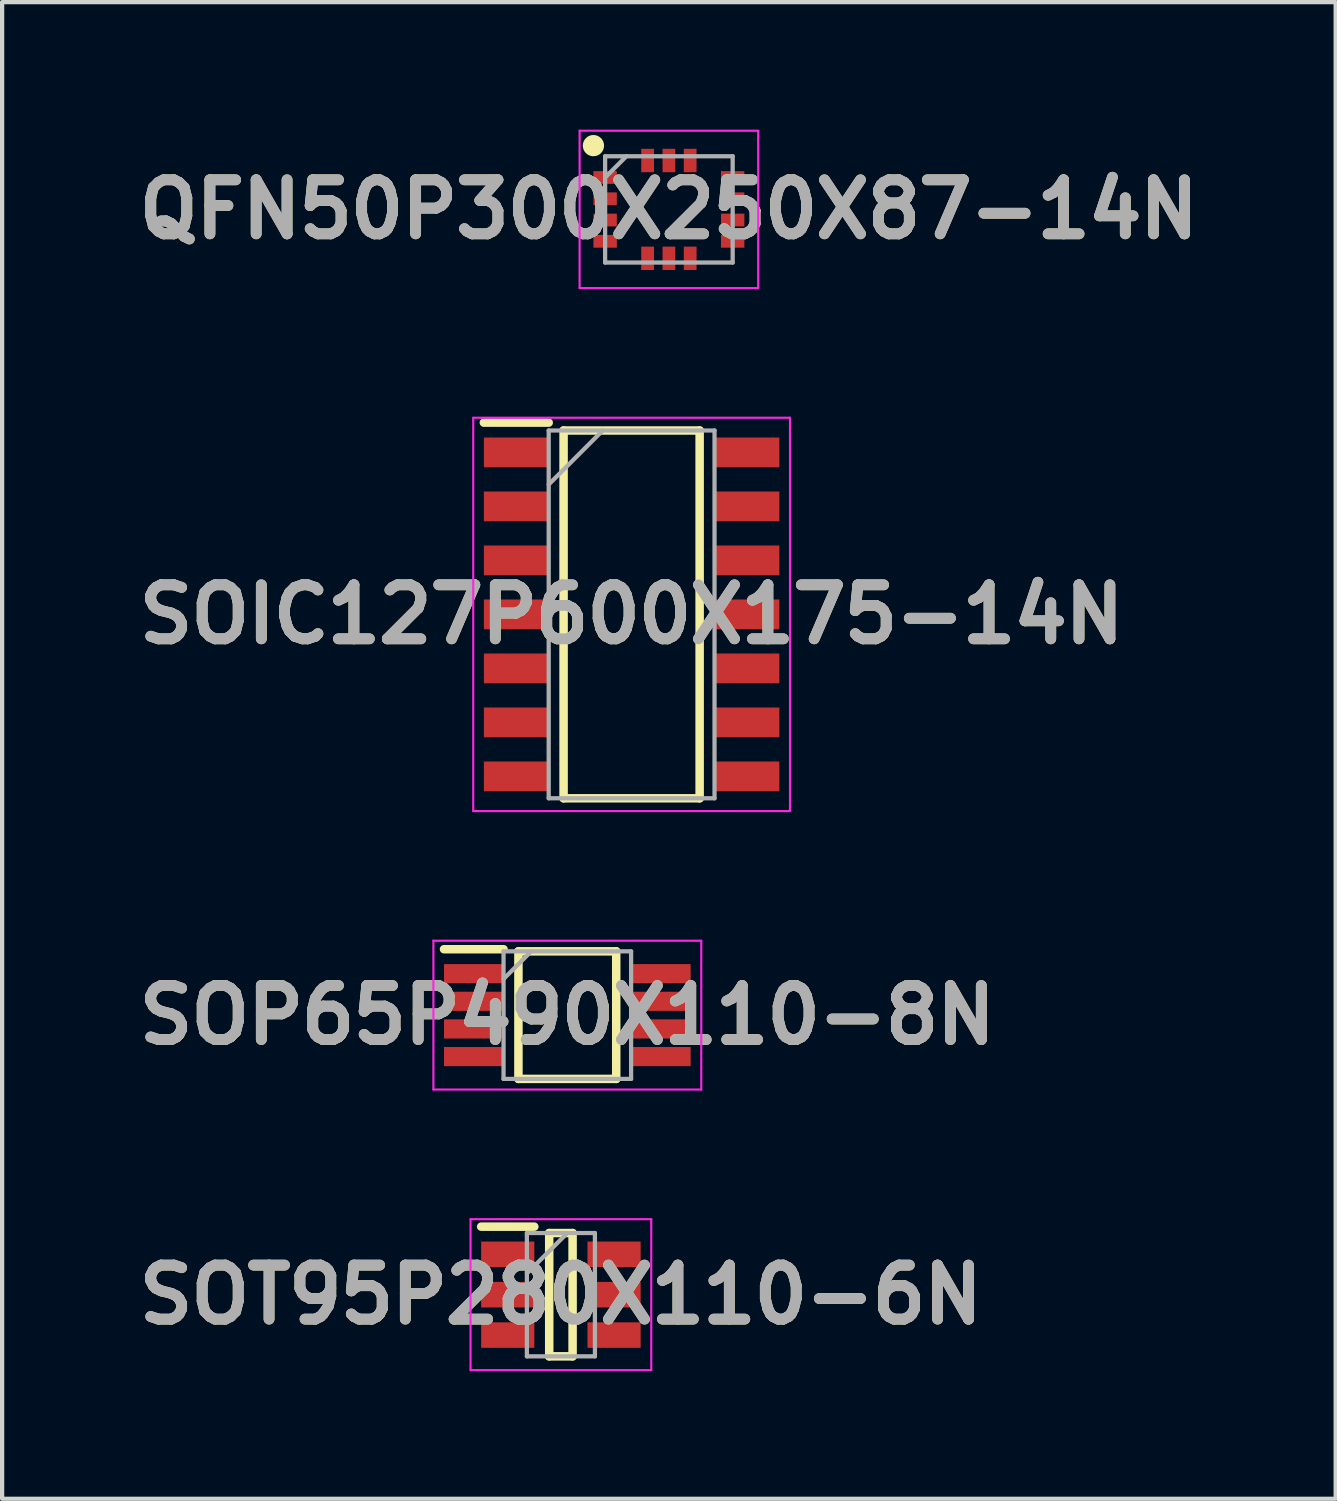
<source format=kicad_pcb>
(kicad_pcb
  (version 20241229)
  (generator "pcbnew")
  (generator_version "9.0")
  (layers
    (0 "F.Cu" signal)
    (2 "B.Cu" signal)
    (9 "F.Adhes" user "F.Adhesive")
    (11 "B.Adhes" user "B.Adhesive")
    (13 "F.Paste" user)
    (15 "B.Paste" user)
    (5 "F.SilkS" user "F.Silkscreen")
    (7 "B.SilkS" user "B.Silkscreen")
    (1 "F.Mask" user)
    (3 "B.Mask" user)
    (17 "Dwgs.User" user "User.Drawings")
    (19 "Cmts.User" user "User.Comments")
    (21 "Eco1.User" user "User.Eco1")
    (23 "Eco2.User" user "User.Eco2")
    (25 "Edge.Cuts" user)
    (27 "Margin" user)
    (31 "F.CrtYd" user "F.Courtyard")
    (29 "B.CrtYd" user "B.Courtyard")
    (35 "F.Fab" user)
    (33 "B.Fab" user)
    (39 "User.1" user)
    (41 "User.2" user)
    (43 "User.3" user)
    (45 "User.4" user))
  (footprint "SOT95P280X110-6N"
    (layer "F.Cu")
    (at 10.142 27.4)
    (property "Reference" "SOT95P280X110-6N" (at 0 0 0) (layer "F.SilkS") (effects (font (size 1.27 1.27) (thickness 0.254))))
    (attr smd)
    (fp_line (start -1.875 -1.6) (end -0.625 -1.6) (stroke (width 0.2) (type solid)) (layer "F.SilkS"))
    (fp_line (start -0.275 -1.45) (end 0.275 -1.45) (stroke (width 0.2) (type solid)) (layer "F.SilkS"))
    (fp_line (start -0.275 1.45) (end -0.275 -1.45) (stroke (width 0.2) (type solid)) (layer "F.SilkS"))
    (fp_line (start 0.275 -1.45) (end 0.275 1.45) (stroke (width 0.2) (type solid)) (layer "F.SilkS"))
    (fp_line (start 0.275 1.45) (end -0.275 1.45) (stroke (width 0.2) (type solid)) (layer "F.SilkS"))
    (fp_line (start -2.125 -1.775) (end 2.125 -1.775) (stroke (width 0.05) (type solid)) (layer "F.CrtYd"))
    (fp_line (start -2.125 1.775) (end -2.125 -1.775) (stroke (width 0.05) (type solid)) (layer "F.CrtYd"))
    (fp_line (start 2.125 -1.775) (end 2.125 1.775) (stroke (width 0.05) (type solid)) (layer "F.CrtYd"))
    (fp_line (start 2.125 1.775) (end -2.125 1.775) (stroke (width 0.05) (type solid)) (layer "F.CrtYd"))
    (fp_line (start -0.8 -1.45) (end 0.8 -1.45) (stroke (width 0.1) (type solid)) (layer "F.Fab"))
    (fp_line (start -0.8 -0.5) (end 0.15 -1.45) (stroke (width 0.1) (type solid)) (layer "F.Fab"))
    (fp_line (start -0.8 1.45) (end -0.8 -1.45) (stroke (width 0.1) (type solid)) (layer "F.Fab"))
    (fp_line (start 0.8 -1.45) (end 0.8 1.45) (stroke (width 0.1) (type solid)) (layer "F.Fab"))
    (fp_line (start 0.8 1.45) (end -0.8 1.45) (stroke (width 0.1) (type solid)) (layer "F.Fab"))
    (fp_text user "${REFERENCE}" (at 0 0 0) (layer "F.Fab") (effects (font (size 1.27 1.27) (thickness 0.254))))
    (pad "1" smd rect (at -1.25 -0.95 90) (size 0.6 1.25) (layers "F.Cu" "F.Mask" "F.Paste"))
    (pad "2" smd rect (at -1.25 0 90) (size 0.6 1.25) (layers "F.Cu" "F.Mask" "F.Paste"))
    (pad "3" smd rect (at -1.25 0.95 90) (size 0.6 1.25) (layers "F.Cu" "F.Mask" "F.Paste"))
    (pad "4" smd rect (at 1.25 0.95 90) (size 0.6 1.25) (layers "F.Cu" "F.Mask" "F.Paste"))
    (pad "5" smd rect (at 1.25 0 90) (size 0.6 1.25) (layers "F.Cu" "F.Mask" "F.Paste"))
    (pad "6" smd rect (at 1.25 -0.95 90) (size 0.6 1.25) (layers "F.Cu" "F.Mask" "F.Paste")))
  (footprint "QFN50P300X250X87-14N"
    (layer "F.Cu")
    (at 12.682 1.875)
    (property "Reference" "QFN50P300X250X87-14N" (at 0 0 0) (layer "F.SilkS") (effects (font (size 1.27 1.27) (thickness 0.254))))
    (attr smd)
    (fp_circle (center -1.775 -1.5) (end -1.775 -1.375) (stroke (width 0.25) (type solid)) (fill no) (layer "F.SilkS"))
    (fp_line (start -2.1 -1.85) (end 2.1 -1.85) (stroke (width 0.05) (type solid)) (layer "F.CrtYd"))
    (fp_line (start -2.1 1.85) (end -2.1 -1.85) (stroke (width 0.05) (type solid)) (layer "F.CrtYd"))
    (fp_line (start 2.1 -1.85) (end 2.1 1.85) (stroke (width 0.05) (type solid)) (layer "F.CrtYd"))
    (fp_line (start 2.1 1.85) (end -2.1 1.85) (stroke (width 0.05) (type solid)) (layer "F.CrtYd"))
    (fp_line (start -1.5 -1.25) (end 1.5 -1.25) (stroke (width 0.1) (type solid)) (layer "F.Fab"))
    (fp_line (start -1.5 -0.75) (end -1 -1.25) (stroke (width 0.1) (type solid)) (layer "F.Fab"))
    (fp_line (start -1.5 1.25) (end -1.5 -1.25) (stroke (width 0.1) (type solid)) (layer "F.Fab"))
    (fp_line (start 1.5 -1.25) (end 1.5 1.25) (stroke (width 0.1) (type solid)) (layer "F.Fab"))
    (fp_line (start 1.5 1.25) (end -1.5 1.25) (stroke (width 0.1) (type solid)) (layer "F.Fab"))
    (fp_text user "${REFERENCE}" (at 0 0 0) (layer "F.Fab") (effects (font (size 1.27 1.27) (thickness 0.254))))
    (pad "1" smd rect (at -1.5 -0.75 90) (size 0.3 0.55) (layers "F.Cu" "F.Mask" "F.Paste"))
    (pad "2" smd rect (at -1.5 -0.25 90) (size 0.3 0.55) (layers "F.Cu" "F.Mask" "F.Paste"))
    (pad "3" smd rect (at -1.5 0.25 90) (size 0.3 0.55) (layers "F.Cu" "F.Mask" "F.Paste"))
    (pad "4" smd rect (at -1.5 0.75 90) (size 0.3 0.55) (layers "F.Cu" "F.Mask" "F.Paste"))
    (pad "5" smd rect (at -0.5 1.15) (size 0.3 0.55) (layers "F.Cu" "F.Mask" "F.Paste"))
    (pad "6" smd rect (at 0 1.15) (size 0.3 0.55) (layers "F.Cu" "F.Mask" "F.Paste"))
    (pad "7" smd rect (at 0.5 1.15) (size 0.3 0.55) (layers "F.Cu" "F.Mask" "F.Paste"))
    (pad "8" smd rect (at 1.5 0.75 90) (size 0.3 0.55) (layers "F.Cu" "F.Mask" "F.Paste"))
    (pad "9" smd rect (at 1.5 0.25 90) (size 0.3 0.55) (layers "F.Cu" "F.Mask" "F.Paste"))
    (pad "10" smd rect (at 1.5 -0.25 90) (size 0.3 0.55) (layers "F.Cu" "F.Mask" "F.Paste"))
    (pad "11" smd rect (at 1.5 -0.75 90) (size 0.3 0.55) (layers "F.Cu" "F.Mask" "F.Paste"))
    (pad "12" smd rect (at 0.5 -1.15) (size 0.3 0.55) (layers "F.Cu" "F.Mask" "F.Paste"))
    (pad "13" smd rect (at 0 -1.15) (size 0.3 0.55) (layers "F.Cu" "F.Mask" "F.Paste"))
    (pad "14" smd rect (at -0.5 -1.15) (size 0.3 0.55) (layers "F.Cu" "F.Mask" "F.Paste")))
  (footprint "SOP65P490X110-8N"
    (layer "F.Cu")
    (at 10.293 20.825)
    (property "Reference" "SOP65P490X110-8N" (at 0 0 0) (layer "F.SilkS") (effects (font (size 1.27 1.27) (thickness 0.254))))
    (attr smd)
    (fp_line (start -2.9 -1.55) (end -1.5 -1.55) (stroke (width 0.2) (type solid)) (layer "F.SilkS"))
    (fp_line (start -1.15 -1.5) (end 1.15 -1.5) (stroke (width 0.2) (type solid)) (layer "F.SilkS"))
    (fp_line (start -1.15 1.5) (end -1.15 -1.5) (stroke (width 0.2) (type solid)) (layer "F.SilkS"))
    (fp_line (start 1.15 -1.5) (end 1.15 1.5) (stroke (width 0.2) (type solid)) (layer "F.SilkS"))
    (fp_line (start 1.15 1.5) (end -1.15 1.5) (stroke (width 0.2) (type solid)) (layer "F.SilkS"))
    (fp_line (start -3.15 -1.75) (end 3.15 -1.75) (stroke (width 0.05) (type solid)) (layer "F.CrtYd"))
    (fp_line (start -3.15 1.75) (end -3.15 -1.75) (stroke (width 0.05) (type solid)) (layer "F.CrtYd"))
    (fp_line (start 3.15 -1.75) (end 3.15 1.75) (stroke (width 0.05) (type solid)) (layer "F.CrtYd"))
    (fp_line (start 3.15 1.75) (end -3.15 1.75) (stroke (width 0.05) (type solid)) (layer "F.CrtYd"))
    (fp_line (start -1.5 -1.5) (end 1.5 -1.5) (stroke (width 0.1) (type solid)) (layer "F.Fab"))
    (fp_line (start -1.5 -0.85) (end -0.85 -1.5) (stroke (width 0.1) (type solid)) (layer "F.Fab"))
    (fp_line (start -1.5 1.5) (end -1.5 -1.5) (stroke (width 0.1) (type solid)) (layer "F.Fab"))
    (fp_line (start 1.5 -1.5) (end 1.5 1.5) (stroke (width 0.1) (type solid)) (layer "F.Fab"))
    (fp_line (start 1.5 1.5) (end -1.5 1.5) (stroke (width 0.1) (type solid)) (layer "F.Fab"))
    (fp_text user "${REFERENCE}" (at 0 0 0) (layer "F.Fab") (effects (font (size 1.27 1.27) (thickness 0.254))))
    (pad "1" smd rect (at -2.2 -0.975 90) (size 0.45 1.4) (layers "F.Cu" "F.Mask" "F.Paste"))
    (pad "2" smd rect (at -2.2 -0.325 90) (size 0.45 1.4) (layers "F.Cu" "F.Mask" "F.Paste"))
    (pad "3" smd rect (at -2.2 0.325 90) (size 0.45 1.4) (layers "F.Cu" "F.Mask" "F.Paste"))
    (pad "4" smd rect (at -2.2 0.975 90) (size 0.45 1.4) (layers "F.Cu" "F.Mask" "F.Paste"))
    (pad "5" smd rect (at 2.2 0.975 90) (size 0.45 1.4) (layers "F.Cu" "F.Mask" "F.Paste"))
    (pad "6" smd rect (at 2.2 0.325 90) (size 0.45 1.4) (layers "F.Cu" "F.Mask" "F.Paste"))
    (pad "7" smd rect (at 2.2 -0.325 90) (size 0.45 1.4) (layers "F.Cu" "F.Mask" "F.Paste"))
    (pad "8" smd rect (at 2.2 -0.975 90) (size 0.45 1.4) (layers "F.Cu" "F.Mask" "F.Paste")))
  (footprint "SOIC127P600X175-14N"
    (layer "F.Cu")
    (at 11.805 11.4)
    (property "Reference" "SOIC127P600X175-14N" (at 0 0 0) (layer "F.SilkS") (effects (font (size 1.27 1.27) (thickness 0.254))))
    (attr smd)
    (fp_line (start -3.475 -4.51) (end -1.95 -4.51) (stroke (width 0.2) (type solid)) (layer "F.SilkS"))
    (fp_line (start -1.6 -4.325) (end 1.6 -4.325) (stroke (width 0.2) (type solid)) (layer "F.SilkS"))
    (fp_line (start -1.6 4.325) (end -1.6 -4.325) (stroke (width 0.2) (type solid)) (layer "F.SilkS"))
    (fp_line (start 1.6 -4.325) (end 1.6 4.325) (stroke (width 0.2) (type solid)) (layer "F.SilkS"))
    (fp_line (start 1.6 4.325) (end -1.6 4.325) (stroke (width 0.2) (type solid)) (layer "F.SilkS"))
    (fp_line (start -3.725 -4.625) (end 3.725 -4.625) (stroke (width 0.05) (type solid)) (layer "F.CrtYd"))
    (fp_line (start -3.725 4.625) (end -3.725 -4.625) (stroke (width 0.05) (type solid)) (layer "F.CrtYd"))
    (fp_line (start 3.725 -4.625) (end 3.725 4.625) (stroke (width 0.05) (type solid)) (layer "F.CrtYd"))
    (fp_line (start 3.725 4.625) (end -3.725 4.625) (stroke (width 0.05) (type solid)) (layer "F.CrtYd"))
    (fp_line (start -1.95 -4.325) (end 1.95 -4.325) (stroke (width 0.1) (type solid)) (layer "F.Fab"))
    (fp_line (start -1.95 -3.055) (end -0.68 -4.325) (stroke (width 0.1) (type solid)) (layer "F.Fab"))
    (fp_line (start -1.95 4.325) (end -1.95 -4.325) (stroke (width 0.1) (type solid)) (layer "F.Fab"))
    (fp_line (start 1.95 -4.325) (end 1.95 4.325) (stroke (width 0.1) (type solid)) (layer "F.Fab"))
    (fp_line (start 1.95 4.325) (end -1.95 4.325) (stroke (width 0.1) (type solid)) (layer "F.Fab"))
    (fp_text user "${REFERENCE}" (at 0 0 0) (layer "F.Fab") (effects (font (size 1.27 1.27) (thickness 0.254))))
    (pad "1" smd rect (at -2.712 -3.81 90) (size 0.7 1.525) (layers "F.Cu" "F.Mask" "F.Paste"))
    (pad "2" smd rect (at -2.712 -2.54 90) (size 0.7 1.525) (layers "F.Cu" "F.Mask" "F.Paste"))
    (pad "3" smd rect (at -2.712 -1.27 90) (size 0.7 1.525) (layers "F.Cu" "F.Mask" "F.Paste"))
    (pad "4" smd rect (at -2.712 0 90) (size 0.7 1.525) (layers "F.Cu" "F.Mask" "F.Paste"))
    (pad "5" smd rect (at -2.712 1.27 90) (size 0.7 1.525) (layers "F.Cu" "F.Mask" "F.Paste"))
    (pad "6" smd rect (at -2.712 2.54 90) (size 0.7 1.525) (layers "F.Cu" "F.Mask" "F.Paste"))
    (pad "7" smd rect (at -2.712 3.81 90) (size 0.7 1.525) (layers "F.Cu" "F.Mask" "F.Paste"))
    (pad "8" smd rect (at 2.712 3.81 90) (size 0.7 1.525) (layers "F.Cu" "F.Mask" "F.Paste"))
    (pad "9" smd rect (at 2.712 2.54 90) (size 0.7 1.525) (layers "F.Cu" "F.Mask" "F.Paste"))
    (pad "10" smd rect (at 2.712 1.27 90) (size 0.7 1.525) (layers "F.Cu" "F.Mask" "F.Paste"))
    (pad "11" smd rect (at 2.712 0 90) (size 0.7 1.525) (layers "F.Cu" "F.Mask" "F.Paste"))
    (pad "12" smd rect (at 2.712 -1.27 90) (size 0.7 1.525) (layers "F.Cu" "F.Mask" "F.Paste"))
    (pad "13" smd rect (at 2.712 -2.54 90) (size 0.7 1.525) (layers "F.Cu" "F.Mask" "F.Paste"))
    (pad "14" smd rect (at 2.712 -3.81 90) (size 0.7 1.525) (layers "F.Cu" "F.Mask" "F.Paste")))
  (gr_rect
    (start -3 -3)
    (end 28.364 32.2)
    (stroke (width 0.1) (type default))
    (fill no)
    (layer "Edge.Cuts")))
</source>
